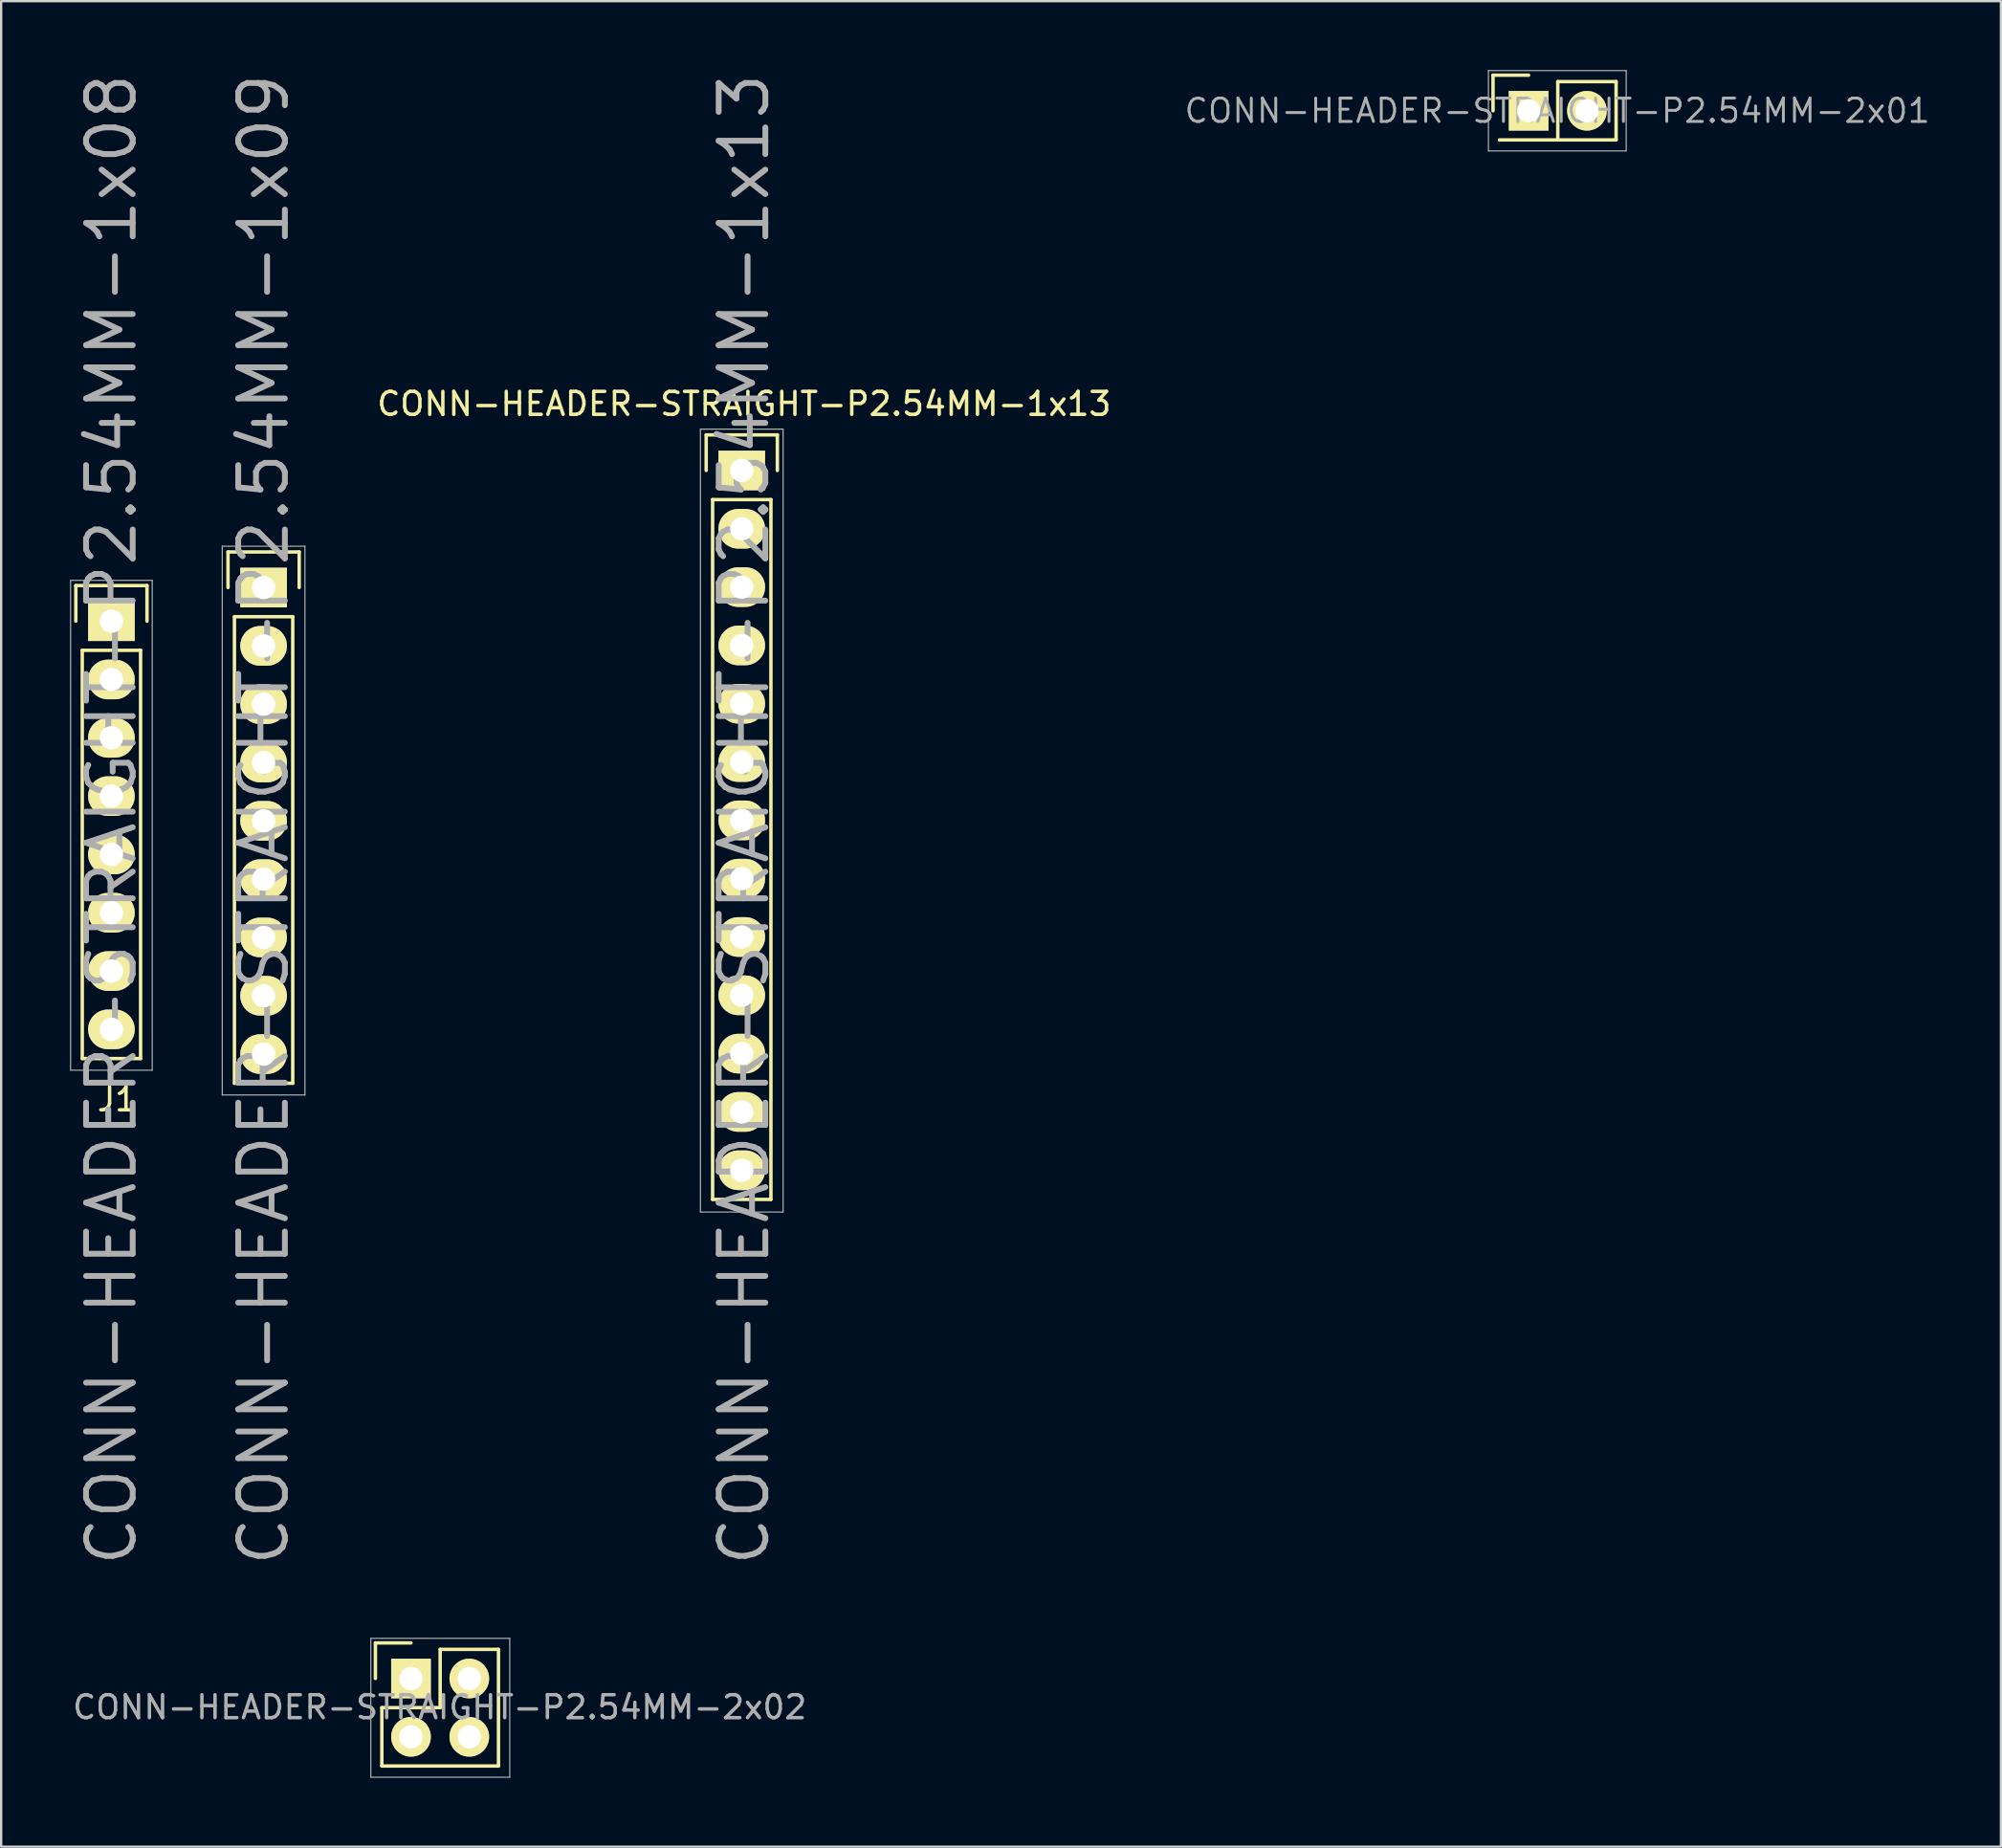
<source format=kicad_pcb>
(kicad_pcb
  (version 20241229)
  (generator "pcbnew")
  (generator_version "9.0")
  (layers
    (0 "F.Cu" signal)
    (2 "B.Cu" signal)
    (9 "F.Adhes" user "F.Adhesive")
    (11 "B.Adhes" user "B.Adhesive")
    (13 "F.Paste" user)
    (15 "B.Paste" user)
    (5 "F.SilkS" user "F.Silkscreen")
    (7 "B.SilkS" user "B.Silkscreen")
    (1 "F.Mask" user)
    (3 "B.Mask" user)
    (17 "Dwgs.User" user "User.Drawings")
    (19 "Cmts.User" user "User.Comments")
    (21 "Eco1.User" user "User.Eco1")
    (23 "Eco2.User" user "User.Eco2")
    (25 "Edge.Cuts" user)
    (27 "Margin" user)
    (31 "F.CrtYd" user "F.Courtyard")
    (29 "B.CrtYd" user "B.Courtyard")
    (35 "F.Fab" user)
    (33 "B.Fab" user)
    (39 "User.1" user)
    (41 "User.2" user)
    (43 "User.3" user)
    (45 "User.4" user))
  (footprint "CONN-HEADER-STRAIGHT-P2.54MM-2x02"
    (layer "F.Cu")
    (at 14.851 70.058)
    (property "Reference" "CONN-HEADER-STRAIGHT-P2.54MM-2x02" (at 1.25 1.25 0) (layer "F.Fab") (effects (font (size 1 1) (thickness 0.15))))
    (attr through_hole)
    (fp_line (start -1.55 0) (end -1.55 -1.55) (stroke (width 0.15) (type solid)) (layer "F.SilkS"))
    (fp_line (start -1.27 1.27) (end 1.27 1.27) (stroke (width 0.15) (type solid)) (layer "F.SilkS"))
    (fp_line (start -1.27 3.81) (end -1.27 1.27) (stroke (width 0.15) (type solid)) (layer "F.SilkS"))
    (fp_line (start 0 -1.55) (end -1.55 -1.55) (stroke (width 0.15) (type solid)) (layer "F.SilkS"))
    (fp_line (start 1.27 -1.27) (end 3.81 -1.27) (stroke (width 0.15) (type solid)) (layer "F.SilkS"))
    (fp_line (start 1.27 1.27) (end 1.27 -1.27) (stroke (width 0.15) (type solid)) (layer "F.SilkS"))
    (fp_line (start 3.81 -1.27) (end 3.81 3.81) (stroke (width 0.15) (type solid)) (layer "F.SilkS"))
    (fp_line (start 3.81 3.81) (end -1.27 3.81) (stroke (width 0.15) (type solid)) (layer "F.SilkS"))
    (fp_line (start -1.75 -1.75) (end -1.75 4.3) (stroke (width 0.05) (type solid)) (layer "F.Fab"))
    (fp_line (start -1.75 -1.75) (end 4.3 -1.75) (stroke (width 0.05) (type solid)) (layer "F.Fab"))
    (fp_line (start -1.75 4.3) (end 4.3 4.3) (stroke (width 0.05) (type solid)) (layer "F.Fab"))
    (fp_line (start 4.3 -1.75) (end 4.3 4.3) (stroke (width 0.05) (type solid)) (layer "F.Fab"))
    (pad "1" thru_hole rect (at 0 0) (size 1.727 1.727) (drill 1.016) (layers "*.Cu" "*.Mask" "F.SilkS"))
    (pad "2" thru_hole oval (at 2.54 0) (size 1.727 1.727) (drill 1.016) (layers "*.Cu" "*.Mask" "F.SilkS"))
    (pad "3" thru_hole oval (at 0 2.54) (size 1.727 1.727) (drill 1.016) (layers "*.Cu" "*.Mask" "F.SilkS"))
    (pad "4" thru_hole oval (at 2.54 2.54) (size 1.727 1.727) (drill 1.016) (layers "*.Cu" "*.Mask" "F.SilkS")))
  (footprint "CONN-HEADER-STRAIGHT-P2.54MM-2x01"
    (layer "F.Cu")
    (at 63.53 1.775)
    (property "Reference" "CONN-HEADER-STRAIGHT-P2.54MM-2x01" (at 1.25 0 0) (layer "F.Fab") (effects (font (size 1.016 1.016) (thickness 0.127))))
    (attr through_hole)
    (fp_line (start -1.55 0) (end -1.55 -1.55) (stroke (width 0.15) (type solid)) (layer "F.SilkS"))
    (fp_line (start -1.27 1.27) (end 1.27 1.27) (stroke (width 0.15) (type solid)) (layer "F.SilkS"))
    (fp_line (start 0 -1.55) (end -1.55 -1.55) (stroke (width 0.15) (type solid)) (layer "F.SilkS"))
    (fp_line (start 1.27 -1.27) (end 1.27 1.27) (stroke (width 0.15) (type solid)) (layer "F.SilkS"))
    (fp_line (start 1.27 1.27) (end 3.81 1.27) (stroke (width 0.15) (type solid)) (layer "F.SilkS"))
    (fp_line (start 3.81 -1.27) (end 1.27 -1.27) (stroke (width 0.15) (type solid)) (layer "F.SilkS"))
    (fp_line (start 3.81 1.27) (end 3.81 -1.27) (stroke (width 0.15) (type solid)) (layer "F.SilkS"))
    (fp_line (start -1.75 -1.75) (end 4.25 -1.75) (stroke (width 0.051) (type solid)) (layer "F.Fab"))
    (fp_line (start -1.75 1.75) (end -1.75 -1.75) (stroke (width 0.051) (type solid)) (layer "F.Fab"))
    (fp_line (start 4.25 -1.75) (end 4.25 1.75) (stroke (width 0.051) (type solid)) (layer "F.Fab"))
    (fp_line (start 4.25 1.75) (end -1.75 1.75) (stroke (width 0.051) (type solid)) (layer "F.Fab"))
    (pad "1" thru_hole rect (at 0 0) (size 1.727 1.727) (drill 1.016) (layers "*.Cu" "*.Mask" "F.SilkS"))
    (pad "2" thru_hole oval (at 2.54 0) (size 1.727 1.727) (drill 1.016) (layers "*.Cu" "*.Mask" "F.SilkS")))
  (footprint "CONN-HEADER-STRAIGHT-P2.54MM-1x13"
    (layer "F.Cu")
    (at 29.258 17.441)
    (property "Reference" "CONN-HEADER-STRAIGHT-P2.54MM-1x13" (at 0.1 15.2 90) (layer "F.Fab") (effects (font (size 2.032 2.032) (thickness 0.254))))
    (attr through_hole)
    (fp_line (start -1.55 -1.55) (end 1.55 -1.55) (stroke (width 0.15) (type solid)) (layer "F.SilkS"))
    (fp_line (start -1.55 0) (end -1.55 -1.55) (stroke (width 0.15) (type solid)) (layer "F.SilkS"))
    (fp_line (start -1.27 1.27) (end -1.27 31.75) (stroke (width 0.15) (type solid)) (layer "F.SilkS"))
    (fp_line (start -1.27 31.75) (end 1.27 31.75) (stroke (width 0.15) (type solid)) (layer "F.SilkS"))
    (fp_line (start 1.27 1.27) (end -1.27 1.27) (stroke (width 0.15) (type solid)) (layer "F.SilkS"))
    (fp_line (start 1.27 31.75) (end 1.27 1.27) (stroke (width 0.15) (type solid)) (layer "F.SilkS"))
    (fp_line (start 1.55 -1.55) (end 1.55 0) (stroke (width 0.15) (type solid)) (layer "F.SilkS"))
    (fp_line (start -1.8 -1.8) (end 1.8 -1.8) (stroke (width 0.051) (type solid)) (layer "F.Fab"))
    (fp_line (start -1.8 32.3) (end -1.8 -1.8) (stroke (width 0.051) (type solid)) (layer "F.Fab"))
    (fp_line (start 1.8 -1.8) (end 1.8 32.3) (stroke (width 0.051) (type solid)) (layer "F.Fab"))
    (fp_line (start 1.8 32.3) (end -1.8 32.3) (stroke (width 0.051) (type solid)) (layer "F.Fab"))
    (fp_text user "${REFERENCE}" (at 0.1 -2.9 0) (layer "F.SilkS") (effects (font (size 1 1) (thickness 0.15))))
    (pad "1" thru_hole rect (at 0 0) (size 2.032 1.727) (drill 1.016) (layers "*.Cu" "*.Mask" "F.SilkS"))
    (pad "2" thru_hole oval (at 0 2.54) (size 2.032 1.727) (drill 1.016) (layers "*.Cu" "*.Mask" "F.SilkS"))
    (pad "3" thru_hole oval (at 0 5.08) (size 2.032 1.727) (drill 1.016) (layers "*.Cu" "*.Mask" "F.SilkS"))
    (pad "4" thru_hole oval (at 0 7.62) (size 2.032 1.727) (drill 1.016) (layers "*.Cu" "*.Mask" "F.SilkS"))
    (pad "5" thru_hole oval (at 0 10.16) (size 2.032 1.727) (drill 1.016) (layers "*.Cu" "*.Mask" "F.SilkS"))
    (pad "6" thru_hole oval (at 0 12.7) (size 2.032 1.727) (drill 1.016) (layers "*.Cu" "*.Mask" "F.SilkS"))
    (pad "7" thru_hole oval (at 0 15.24) (size 2.032 1.727) (drill 1.016) (layers "*.Cu" "*.Mask" "F.SilkS"))
    (pad "8" thru_hole oval (at 0 17.78) (size 2.032 1.727) (drill 1.016) (layers "*.Cu" "*.Mask" "F.SilkS"))
    (pad "9" thru_hole oval (at 0 20.32) (size 2.032 1.727) (drill 1.016) (layers "*.Cu" "*.Mask" "F.SilkS"))
    (pad "10" thru_hole oval (at 0 22.86) (size 2.032 1.727) (drill 1.016) (layers "*.Cu" "*.Mask" "F.SilkS"))
    (pad "11" thru_hole oval (at 0 25.4) (size 2.032 1.727) (drill 1.016) (layers "*.Cu" "*.Mask" "F.SilkS"))
    (pad "12" thru_hole oval (at 0 27.94) (size 2.032 1.727) (drill 1.016) (layers "*.Cu" "*.Mask" "F.SilkS"))
    (pad "13" thru_hole oval (at 0 30.48) (size 2.032 1.727) (drill 1.016) (layers "*.Cu" "*.Mask" "F.SilkS")))
  (footprint "CONN-HEADER-STRAIGHT-P2.54MM-1x08"
    (layer "F.Cu")
    (at 1.803 24.005)
    (property "Reference" "CONN-HEADER-STRAIGHT-P2.54MM-1x08" (at 0 8.636 90) (layer "F.Fab") (effects (font (size 2.032 2.032) (thickness 0.254))))
    (attr through_hole)
    (fp_line (start -1.55 -1.55) (end 1.55 -1.55) (stroke (width 0.15) (type solid)) (layer "F.SilkS"))
    (fp_line (start -1.55 0) (end -1.55 -1.55) (stroke (width 0.15) (type solid)) (layer "F.SilkS"))
    (fp_line (start -1.27 19.05) (end -1.27 1.27) (stroke (width 0.15) (type solid)) (layer "F.SilkS"))
    (fp_line (start 1.27 1.27) (end -1.27 1.27) (stroke (width 0.15) (type solid)) (layer "F.SilkS"))
    (fp_line (start 1.27 1.27) (end 1.27 19.05) (stroke (width 0.15) (type solid)) (layer "F.SilkS"))
    (fp_line (start 1.27 19.05) (end -1.27 19.05) (stroke (width 0.15) (type solid)) (layer "F.SilkS"))
    (fp_line (start 1.55 -1.55) (end 1.55 0) (stroke (width 0.15) (type solid)) (layer "F.SilkS"))
    (fp_line (start -1.778 -1.778) (end 1.778 -1.778) (stroke (width 0.05) (type solid)) (layer "F.Fab"))
    (fp_line (start -1.778 19.558) (end -1.778 -1.778) (stroke (width 0.05) (type solid)) (layer "F.Fab"))
    (fp_line (start 1.778 -1.778) (end 1.778 19.558) (stroke (width 0.05) (type solid)) (layer "F.Fab"))
    (fp_line (start 1.778 19.558) (end -1.778 19.558) (stroke (width 0.05) (type solid)) (layer "F.Fab"))
    (fp_text user "J1" (at 0.254 20.828 0) (layer "F.SilkS") (effects (font (size 1 1) (thickness 0.15))))
    (pad "1" thru_hole rect (at 0 0) (size 2.032 1.727) (drill 1.016) (layers "*.Cu" "*.Mask" "F.SilkS"))
    (pad "2" thru_hole oval (at 0 2.54) (size 2.032 1.727) (drill 1.016) (layers "*.Cu" "*.Mask" "F.SilkS"))
    (pad "3" thru_hole oval (at 0 5.08) (size 2.032 1.727) (drill 1.016) (layers "*.Cu" "*.Mask" "F.SilkS"))
    (pad "4" thru_hole oval (at 0 7.62) (size 2.032 1.727) (drill 1.016) (layers "*.Cu" "*.Mask" "F.SilkS"))
    (pad "5" thru_hole oval (at 0 10.16) (size 2.032 1.727) (drill 1.016) (layers "*.Cu" "*.Mask" "F.SilkS"))
    (pad "6" thru_hole oval (at 0 12.7) (size 2.032 1.727) (drill 1.016) (layers "*.Cu" "*.Mask" "F.SilkS"))
    (pad "7" thru_hole oval (at 0 15.24) (size 2.032 1.727) (drill 1.016) (layers "*.Cu" "*.Mask" "F.SilkS"))
    (pad "8" thru_hole oval (at 0 17.78) (size 2.032 1.727) (drill 1.016) (layers "*.Cu" "*.Mask" "F.SilkS")))
  (footprint "CONN-HEADER-STRAIGHT-P2.54MM-1x09"
    (layer "F.Cu")
    (at 8.431 22.541)
    (property "Reference" "CONN-HEADER-STRAIGHT-P2.54MM-1x09" (at 0 10.1 90) (layer "F.Fab") (effects (font (size 2.032 2.032) (thickness 0.254))))
    (attr through_hole)
    (fp_line (start -1.55 -1.55) (end 1.55 -1.55) (stroke (width 0.15) (type solid)) (layer "F.SilkS"))
    (fp_line (start -1.55 0) (end -1.55 -1.55) (stroke (width 0.15) (type solid)) (layer "F.SilkS"))
    (fp_line (start -1.27 21.59) (end -1.27 1.27) (stroke (width 0.15) (type solid)) (layer "F.SilkS"))
    (fp_line (start 1.27 1.27) (end -1.27 1.27) (stroke (width 0.15) (type solid)) (layer "F.SilkS"))
    (fp_line (start 1.27 1.27) (end 1.27 21.59) (stroke (width 0.15) (type solid)) (layer "F.SilkS"))
    (fp_line (start 1.27 21.59) (end -1.27 21.59) (stroke (width 0.15) (type solid)) (layer "F.SilkS"))
    (fp_line (start 1.55 -1.55) (end 1.55 0) (stroke (width 0.15) (type solid)) (layer "F.SilkS"))
    (fp_line (start -1.8 -1.8) (end -1.8 22.1) (stroke (width 0.051) (type solid)) (layer "F.Fab"))
    (fp_line (start -1.8 22.1) (end 1.8 22.1) (stroke (width 0.051) (type solid)) (layer "F.Fab"))
    (fp_line (start 1.8 -1.8) (end -1.8 -1.8) (stroke (width 0.051) (type solid)) (layer "F.Fab"))
    (fp_line (start 1.8 22.1) (end 1.8 -1.8) (stroke (width 0.051) (type solid)) (layer "F.Fab"))
    (pad "1" thru_hole rect (at 0 0) (size 2.032 1.727) (drill 1.016) (layers "*.Cu" "*.Mask" "F.SilkS"))
    (pad "2" thru_hole oval (at 0 2.54) (size 2.032 1.727) (drill 1.016) (layers "*.Cu" "*.Mask" "F.SilkS"))
    (pad "3" thru_hole oval (at 0 5.08) (size 2.032 1.727) (drill 1.016) (layers "*.Cu" "*.Mask" "F.SilkS"))
    (pad "4" thru_hole oval (at 0 7.62) (size 2.032 1.727) (drill 1.016) (layers "*.Cu" "*.Mask" "F.SilkS"))
    (pad "5" thru_hole oval (at 0 10.16) (size 2.032 1.727) (drill 1.016) (layers "*.Cu" "*.Mask" "F.SilkS"))
    (pad "6" thru_hole oval (at 0 12.7) (size 2.032 1.727) (drill 1.016) (layers "*.Cu" "*.Mask" "F.SilkS"))
    (pad "7" thru_hole oval (at 0 15.24) (size 2.032 1.727) (drill 1.016) (layers "*.Cu" "*.Mask" "F.SilkS"))
    (pad "8" thru_hole oval (at 0 17.78) (size 2.032 1.727) (drill 1.016) (layers "*.Cu" "*.Mask" "F.SilkS"))
    (pad "9" thru_hole oval (at 0 20.32) (size 2.032 1.727) (drill 1.016) (layers "*.Cu" "*.Mask" "F.SilkS")))
  (gr_rect
    (start -3 -3)
    (end 84.101 77.383)
    (stroke (width 0.1) (type default))
    (fill no)
    (layer "Edge.Cuts")))
</source>
